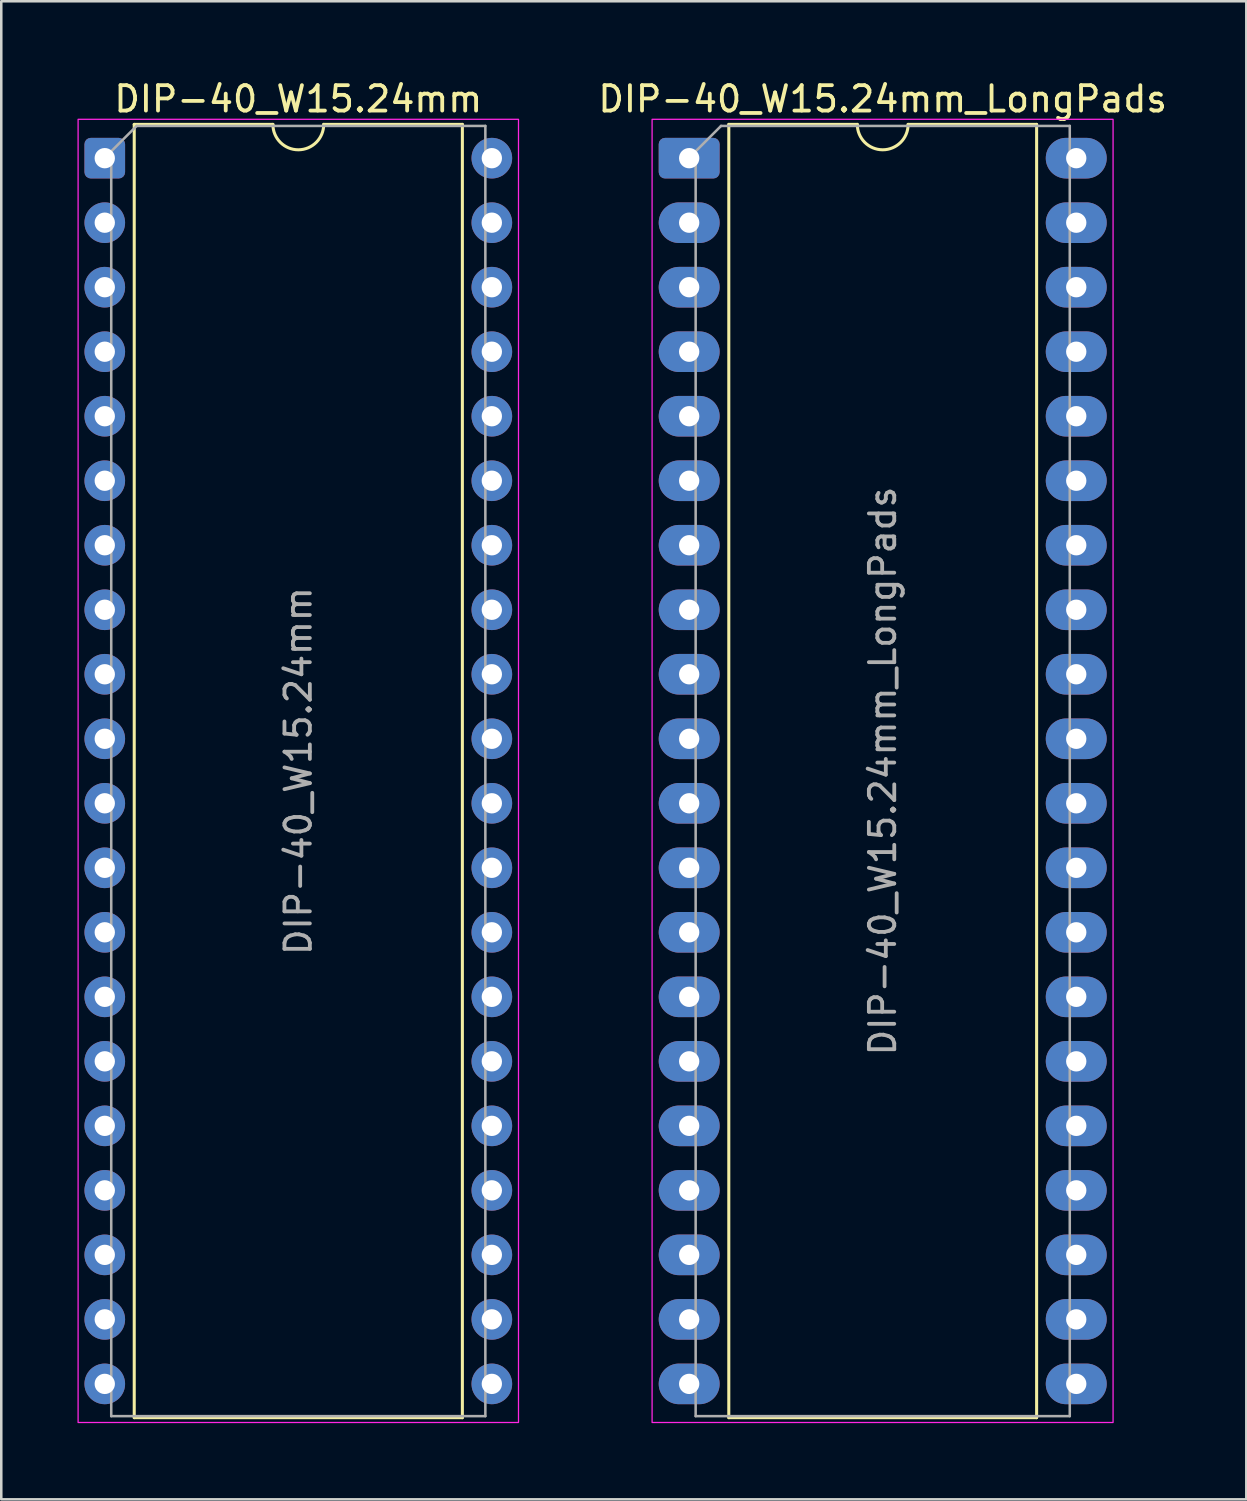
<source format=kicad_pcb>
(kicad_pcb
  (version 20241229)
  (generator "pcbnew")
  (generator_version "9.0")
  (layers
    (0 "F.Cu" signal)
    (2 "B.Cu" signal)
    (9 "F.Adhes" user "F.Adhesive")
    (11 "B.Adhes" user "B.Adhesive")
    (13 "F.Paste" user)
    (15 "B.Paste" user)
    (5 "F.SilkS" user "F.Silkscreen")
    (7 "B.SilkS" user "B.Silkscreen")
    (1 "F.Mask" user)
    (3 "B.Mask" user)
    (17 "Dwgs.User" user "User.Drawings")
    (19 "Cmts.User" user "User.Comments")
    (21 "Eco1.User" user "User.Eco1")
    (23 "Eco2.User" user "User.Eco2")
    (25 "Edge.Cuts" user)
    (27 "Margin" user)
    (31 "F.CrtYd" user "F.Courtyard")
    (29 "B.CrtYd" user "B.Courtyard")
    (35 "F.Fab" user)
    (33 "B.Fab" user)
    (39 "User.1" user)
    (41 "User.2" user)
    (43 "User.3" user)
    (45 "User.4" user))
  (footprint "DIP-40_W15.24mm"
    (layer "F.Cu")
    (at 1.075 3.178)
    (property "Reference" "DIP-40_W15.24mm" (at 7.62 -2.33 0) (layer "F.SilkS") (effects (font (size 1 1) (thickness 0.15))))
    (attr through_hole)
    (fp_line (start 1.16 -1.33) (end 1.16 49.59) (stroke (width 0.12) (type solid)) (layer "F.SilkS"))
    (fp_line (start 1.16 49.59) (end 14.08 49.59) (stroke (width 0.12) (type solid)) (layer "F.SilkS"))
    (fp_line (start 6.62 -1.33) (end 1.16 -1.33) (stroke (width 0.12) (type solid)) (layer "F.SilkS"))
    (fp_line (start 14.08 -1.33) (end 8.62 -1.33) (stroke (width 0.12) (type solid)) (layer "F.SilkS"))
    (fp_line (start 14.08 49.59) (end 14.08 -1.33) (stroke (width 0.12) (type solid)) (layer "F.SilkS"))
    (fp_arc (start 8.62 -1.33) (mid 7.62 -0.33) (end 6.62 -1.33) (stroke (width 0.12) (type solid)) (layer "F.SilkS"))
    (fp_rect (start -1.05 -1.53) (end 16.29 49.78) (stroke (width 0.05) (type solid)) (fill no) (layer "F.CrtYd"))
    (fp_line (start 0.255 -0.27) (end 1.255 -1.27) (stroke (width 0.1) (type solid)) (layer "F.Fab"))
    (fp_line (start 0.255 49.53) (end 0.255 -0.27) (stroke (width 0.1) (type solid)) (layer "F.Fab"))
    (fp_line (start 1.255 -1.27) (end 14.985 -1.27) (stroke (width 0.1) (type solid)) (layer "F.Fab"))
    (fp_line (start 14.985 -1.27) (end 14.985 49.53) (stroke (width 0.1) (type solid)) (layer "F.Fab"))
    (fp_line (start 14.985 49.53) (end 0.255 49.53) (stroke (width 0.1) (type solid)) (layer "F.Fab"))
    (fp_text user "${REFERENCE}" (at 7.62 24.13 90) (layer "F.Fab") (effects (font (size 1 1) (thickness 0.15))))
    (pad "1" thru_hole roundrect (at 0 0) (size 1.6 1.6) (drill 0.8) (layers "*.Cu" "*.Mask") (roundrect_rratio 0.156))
    (pad "2" thru_hole circle (at 0 2.54) (size 1.6 1.6) (drill 0.8) (layers "*.Cu" "*.Mask"))
    (pad "3" thru_hole circle (at 0 5.08) (size 1.6 1.6) (drill 0.8) (layers "*.Cu" "*.Mask"))
    (pad "4" thru_hole circle (at 0 7.62) (size 1.6 1.6) (drill 0.8) (layers "*.Cu" "*.Mask"))
    (pad "5" thru_hole circle (at 0 10.16) (size 1.6 1.6) (drill 0.8) (layers "*.Cu" "*.Mask"))
    (pad "6" thru_hole circle (at 0 12.7) (size 1.6 1.6) (drill 0.8) (layers "*.Cu" "*.Mask"))
    (pad "7" thru_hole circle (at 0 15.24) (size 1.6 1.6) (drill 0.8) (layers "*.Cu" "*.Mask"))
    (pad "8" thru_hole circle (at 0 17.78) (size 1.6 1.6) (drill 0.8) (layers "*.Cu" "*.Mask"))
    (pad "9" thru_hole circle (at 0 20.32) (size 1.6 1.6) (drill 0.8) (layers "*.Cu" "*.Mask"))
    (pad "10" thru_hole circle (at 0 22.86) (size 1.6 1.6) (drill 0.8) (layers "*.Cu" "*.Mask"))
    (pad "11" thru_hole circle (at 0 25.4) (size 1.6 1.6) (drill 0.8) (layers "*.Cu" "*.Mask"))
    (pad "12" thru_hole circle (at 0 27.94) (size 1.6 1.6) (drill 0.8) (layers "*.Cu" "*.Mask"))
    (pad "13" thru_hole circle (at 0 30.48) (size 1.6 1.6) (drill 0.8) (layers "*.Cu" "*.Mask"))
    (pad "14" thru_hole circle (at 0 33.02) (size 1.6 1.6) (drill 0.8) (layers "*.Cu" "*.Mask"))
    (pad "15" thru_hole circle (at 0 35.56) (size 1.6 1.6) (drill 0.8) (layers "*.Cu" "*.Mask"))
    (pad "16" thru_hole circle (at 0 38.1) (size 1.6 1.6) (drill 0.8) (layers "*.Cu" "*.Mask"))
    (pad "17" thru_hole circle (at 0 40.64) (size 1.6 1.6) (drill 0.8) (layers "*.Cu" "*.Mask"))
    (pad "18" thru_hole circle (at 0 43.18) (size 1.6 1.6) (drill 0.8) (layers "*.Cu" "*.Mask"))
    (pad "19" thru_hole circle (at 0 45.72) (size 1.6 1.6) (drill 0.8) (layers "*.Cu" "*.Mask"))
    (pad "20" thru_hole circle (at 0 48.26) (size 1.6 1.6) (drill 0.8) (layers "*.Cu" "*.Mask"))
    (pad "21" thru_hole circle (at 15.24 48.26) (size 1.6 1.6) (drill 0.8) (layers "*.Cu" "*.Mask"))
    (pad "22" thru_hole circle (at 15.24 45.72) (size 1.6 1.6) (drill 0.8) (layers "*.Cu" "*.Mask"))
    (pad "23" thru_hole circle (at 15.24 43.18) (size 1.6 1.6) (drill 0.8) (layers "*.Cu" "*.Mask"))
    (pad "24" thru_hole circle (at 15.24 40.64) (size 1.6 1.6) (drill 0.8) (layers "*.Cu" "*.Mask"))
    (pad "25" thru_hole circle (at 15.24 38.1) (size 1.6 1.6) (drill 0.8) (layers "*.Cu" "*.Mask"))
    (pad "26" thru_hole circle (at 15.24 35.56) (size 1.6 1.6) (drill 0.8) (layers "*.Cu" "*.Mask"))
    (pad "27" thru_hole circle (at 15.24 33.02) (size 1.6 1.6) (drill 0.8) (layers "*.Cu" "*.Mask"))
    (pad "28" thru_hole circle (at 15.24 30.48) (size 1.6 1.6) (drill 0.8) (layers "*.Cu" "*.Mask"))
    (pad "29" thru_hole circle (at 15.24 27.94) (size 1.6 1.6) (drill 0.8) (layers "*.Cu" "*.Mask"))
    (pad "30" thru_hole circle (at 15.24 25.4) (size 1.6 1.6) (drill 0.8) (layers "*.Cu" "*.Mask"))
    (pad "31" thru_hole circle (at 15.24 22.86) (size 1.6 1.6) (drill 0.8) (layers "*.Cu" "*.Mask"))
    (pad "32" thru_hole circle (at 15.24 20.32) (size 1.6 1.6) (drill 0.8) (layers "*.Cu" "*.Mask"))
    (pad "33" thru_hole circle (at 15.24 17.78) (size 1.6 1.6) (drill 0.8) (layers "*.Cu" "*.Mask"))
    (pad "34" thru_hole circle (at 15.24 15.24) (size 1.6 1.6) (drill 0.8) (layers "*.Cu" "*.Mask"))
    (pad "35" thru_hole circle (at 15.24 12.7) (size 1.6 1.6) (drill 0.8) (layers "*.Cu" "*.Mask"))
    (pad "36" thru_hole circle (at 15.24 10.16) (size 1.6 1.6) (drill 0.8) (layers "*.Cu" "*.Mask"))
    (pad "37" thru_hole circle (at 15.24 7.62) (size 1.6 1.6) (drill 0.8) (layers "*.Cu" "*.Mask"))
    (pad "38" thru_hole circle (at 15.24 5.08) (size 1.6 1.6) (drill 0.8) (layers "*.Cu" "*.Mask"))
    (pad "39" thru_hole circle (at 15.24 2.54) (size 1.6 1.6) (drill 0.8) (layers "*.Cu" "*.Mask"))
    (pad "40" thru_hole circle (at 15.24 0) (size 1.6 1.6) (drill 0.8) (layers "*.Cu" "*.Mask")))
  (footprint "DIP-40_W15.24mm_LongPads"
    (layer "F.Cu")
    (at 24.085 3.178)
    (property "Reference" "DIP-40_W15.24mm_LongPads" (at 7.62 -2.33 0) (layer "F.SilkS") (effects (font (size 1 1) (thickness 0.15))))
    (attr through_hole)
    (fp_line (start 1.56 -1.33) (end 1.56 49.59) (stroke (width 0.12) (type solid)) (layer "F.SilkS"))
    (fp_line (start 1.56 49.59) (end 13.68 49.59) (stroke (width 0.12) (type solid)) (layer "F.SilkS"))
    (fp_line (start 6.62 -1.33) (end 1.56 -1.33) (stroke (width 0.12) (type solid)) (layer "F.SilkS"))
    (fp_line (start 13.68 -1.33) (end 8.62 -1.33) (stroke (width 0.12) (type solid)) (layer "F.SilkS"))
    (fp_line (start 13.68 49.59) (end 13.68 -1.33) (stroke (width 0.12) (type solid)) (layer "F.SilkS"))
    (fp_arc (start 8.62 -1.33) (mid 7.62 -0.33) (end 6.62 -1.33) (stroke (width 0.12) (type solid)) (layer "F.SilkS"))
    (fp_rect (start -1.46 -1.53) (end 16.69 49.78) (stroke (width 0.05) (type solid)) (fill no) (layer "F.CrtYd"))
    (fp_line (start 0.255 -0.27) (end 1.255 -1.27) (stroke (width 0.1) (type solid)) (layer "F.Fab"))
    (fp_line (start 0.255 49.53) (end 0.255 -0.27) (stroke (width 0.1) (type solid)) (layer "F.Fab"))
    (fp_line (start 1.255 -1.27) (end 14.985 -1.27) (stroke (width 0.1) (type solid)) (layer "F.Fab"))
    (fp_line (start 14.985 -1.27) (end 14.985 49.53) (stroke (width 0.1) (type solid)) (layer "F.Fab"))
    (fp_line (start 14.985 49.53) (end 0.255 49.53) (stroke (width 0.1) (type solid)) (layer "F.Fab"))
    (fp_text user "${REFERENCE}" (at 7.62 24.13 90) (layer "F.Fab") (effects (font (size 1 1) (thickness 0.15))))
    (pad "1" thru_hole roundrect (at 0 0) (size 2.4 1.6) (drill 0.8) (layers "*.Cu" "*.Mask") (roundrect_rratio 0.156))
    (pad "2" thru_hole oval (at 0 2.54) (size 2.4 1.6) (drill 0.8) (layers "*.Cu" "*.Mask"))
    (pad "3" thru_hole oval (at 0 5.08) (size 2.4 1.6) (drill 0.8) (layers "*.Cu" "*.Mask"))
    (pad "4" thru_hole oval (at 0 7.62) (size 2.4 1.6) (drill 0.8) (layers "*.Cu" "*.Mask"))
    (pad "5" thru_hole oval (at 0 10.16) (size 2.4 1.6) (drill 0.8) (layers "*.Cu" "*.Mask"))
    (pad "6" thru_hole oval (at 0 12.7) (size 2.4 1.6) (drill 0.8) (layers "*.Cu" "*.Mask"))
    (pad "7" thru_hole oval (at 0 15.24) (size 2.4 1.6) (drill 0.8) (layers "*.Cu" "*.Mask"))
    (pad "8" thru_hole oval (at 0 17.78) (size 2.4 1.6) (drill 0.8) (layers "*.Cu" "*.Mask"))
    (pad "9" thru_hole oval (at 0 20.32) (size 2.4 1.6) (drill 0.8) (layers "*.Cu" "*.Mask"))
    (pad "10" thru_hole oval (at 0 22.86) (size 2.4 1.6) (drill 0.8) (layers "*.Cu" "*.Mask"))
    (pad "11" thru_hole oval (at 0 25.4) (size 2.4 1.6) (drill 0.8) (layers "*.Cu" "*.Mask"))
    (pad "12" thru_hole oval (at 0 27.94) (size 2.4 1.6) (drill 0.8) (layers "*.Cu" "*.Mask"))
    (pad "13" thru_hole oval (at 0 30.48) (size 2.4 1.6) (drill 0.8) (layers "*.Cu" "*.Mask"))
    (pad "14" thru_hole oval (at 0 33.02) (size 2.4 1.6) (drill 0.8) (layers "*.Cu" "*.Mask"))
    (pad "15" thru_hole oval (at 0 35.56) (size 2.4 1.6) (drill 0.8) (layers "*.Cu" "*.Mask"))
    (pad "16" thru_hole oval (at 0 38.1) (size 2.4 1.6) (drill 0.8) (layers "*.Cu" "*.Mask"))
    (pad "17" thru_hole oval (at 0 40.64) (size 2.4 1.6) (drill 0.8) (layers "*.Cu" "*.Mask"))
    (pad "18" thru_hole oval (at 0 43.18) (size 2.4 1.6) (drill 0.8) (layers "*.Cu" "*.Mask"))
    (pad "19" thru_hole oval (at 0 45.72) (size 2.4 1.6) (drill 0.8) (layers "*.Cu" "*.Mask"))
    (pad "20" thru_hole oval (at 0 48.26) (size 2.4 1.6) (drill 0.8) (layers "*.Cu" "*.Mask"))
    (pad "21" thru_hole oval (at 15.24 48.26) (size 2.4 1.6) (drill 0.8) (layers "*.Cu" "*.Mask"))
    (pad "22" thru_hole oval (at 15.24 45.72) (size 2.4 1.6) (drill 0.8) (layers "*.Cu" "*.Mask"))
    (pad "23" thru_hole oval (at 15.24 43.18) (size 2.4 1.6) (drill 0.8) (layers "*.Cu" "*.Mask"))
    (pad "24" thru_hole oval (at 15.24 40.64) (size 2.4 1.6) (drill 0.8) (layers "*.Cu" "*.Mask"))
    (pad "25" thru_hole oval (at 15.24 38.1) (size 2.4 1.6) (drill 0.8) (layers "*.Cu" "*.Mask"))
    (pad "26" thru_hole oval (at 15.24 35.56) (size 2.4 1.6) (drill 0.8) (layers "*.Cu" "*.Mask"))
    (pad "27" thru_hole oval (at 15.24 33.02) (size 2.4 1.6) (drill 0.8) (layers "*.Cu" "*.Mask"))
    (pad "28" thru_hole oval (at 15.24 30.48) (size 2.4 1.6) (drill 0.8) (layers "*.Cu" "*.Mask"))
    (pad "29" thru_hole oval (at 15.24 27.94) (size 2.4 1.6) (drill 0.8) (layers "*.Cu" "*.Mask"))
    (pad "30" thru_hole oval (at 15.24 25.4) (size 2.4 1.6) (drill 0.8) (layers "*.Cu" "*.Mask"))
    (pad "31" thru_hole oval (at 15.24 22.86) (size 2.4 1.6) (drill 0.8) (layers "*.Cu" "*.Mask"))
    (pad "32" thru_hole oval (at 15.24 20.32) (size 2.4 1.6) (drill 0.8) (layers "*.Cu" "*.Mask"))
    (pad "33" thru_hole oval (at 15.24 17.78) (size 2.4 1.6) (drill 0.8) (layers "*.Cu" "*.Mask"))
    (pad "34" thru_hole oval (at 15.24 15.24) (size 2.4 1.6) (drill 0.8) (layers "*.Cu" "*.Mask"))
    (pad "35" thru_hole oval (at 15.24 12.7) (size 2.4 1.6) (drill 0.8) (layers "*.Cu" "*.Mask"))
    (pad "36" thru_hole oval (at 15.24 10.16) (size 2.4 1.6) (drill 0.8) (layers "*.Cu" "*.Mask"))
    (pad "37" thru_hole oval (at 15.24 7.62) (size 2.4 1.6) (drill 0.8) (layers "*.Cu" "*.Mask"))
    (pad "38" thru_hole oval (at 15.24 5.08) (size 2.4 1.6) (drill 0.8) (layers "*.Cu" "*.Mask"))
    (pad "39" thru_hole oval (at 15.24 2.54) (size 2.4 1.6) (drill 0.8) (layers "*.Cu" "*.Mask"))
    (pad "40" thru_hole oval (at 15.24 0) (size 2.4 1.6) (drill 0.8) (layers "*.Cu" "*.Mask")))
  (gr_rect
    (start -3 -3)
    (end 46.021 55.983)
    (stroke (width 0.1) (type default))
    (fill no)
    (layer "Edge.Cuts")))
</source>
